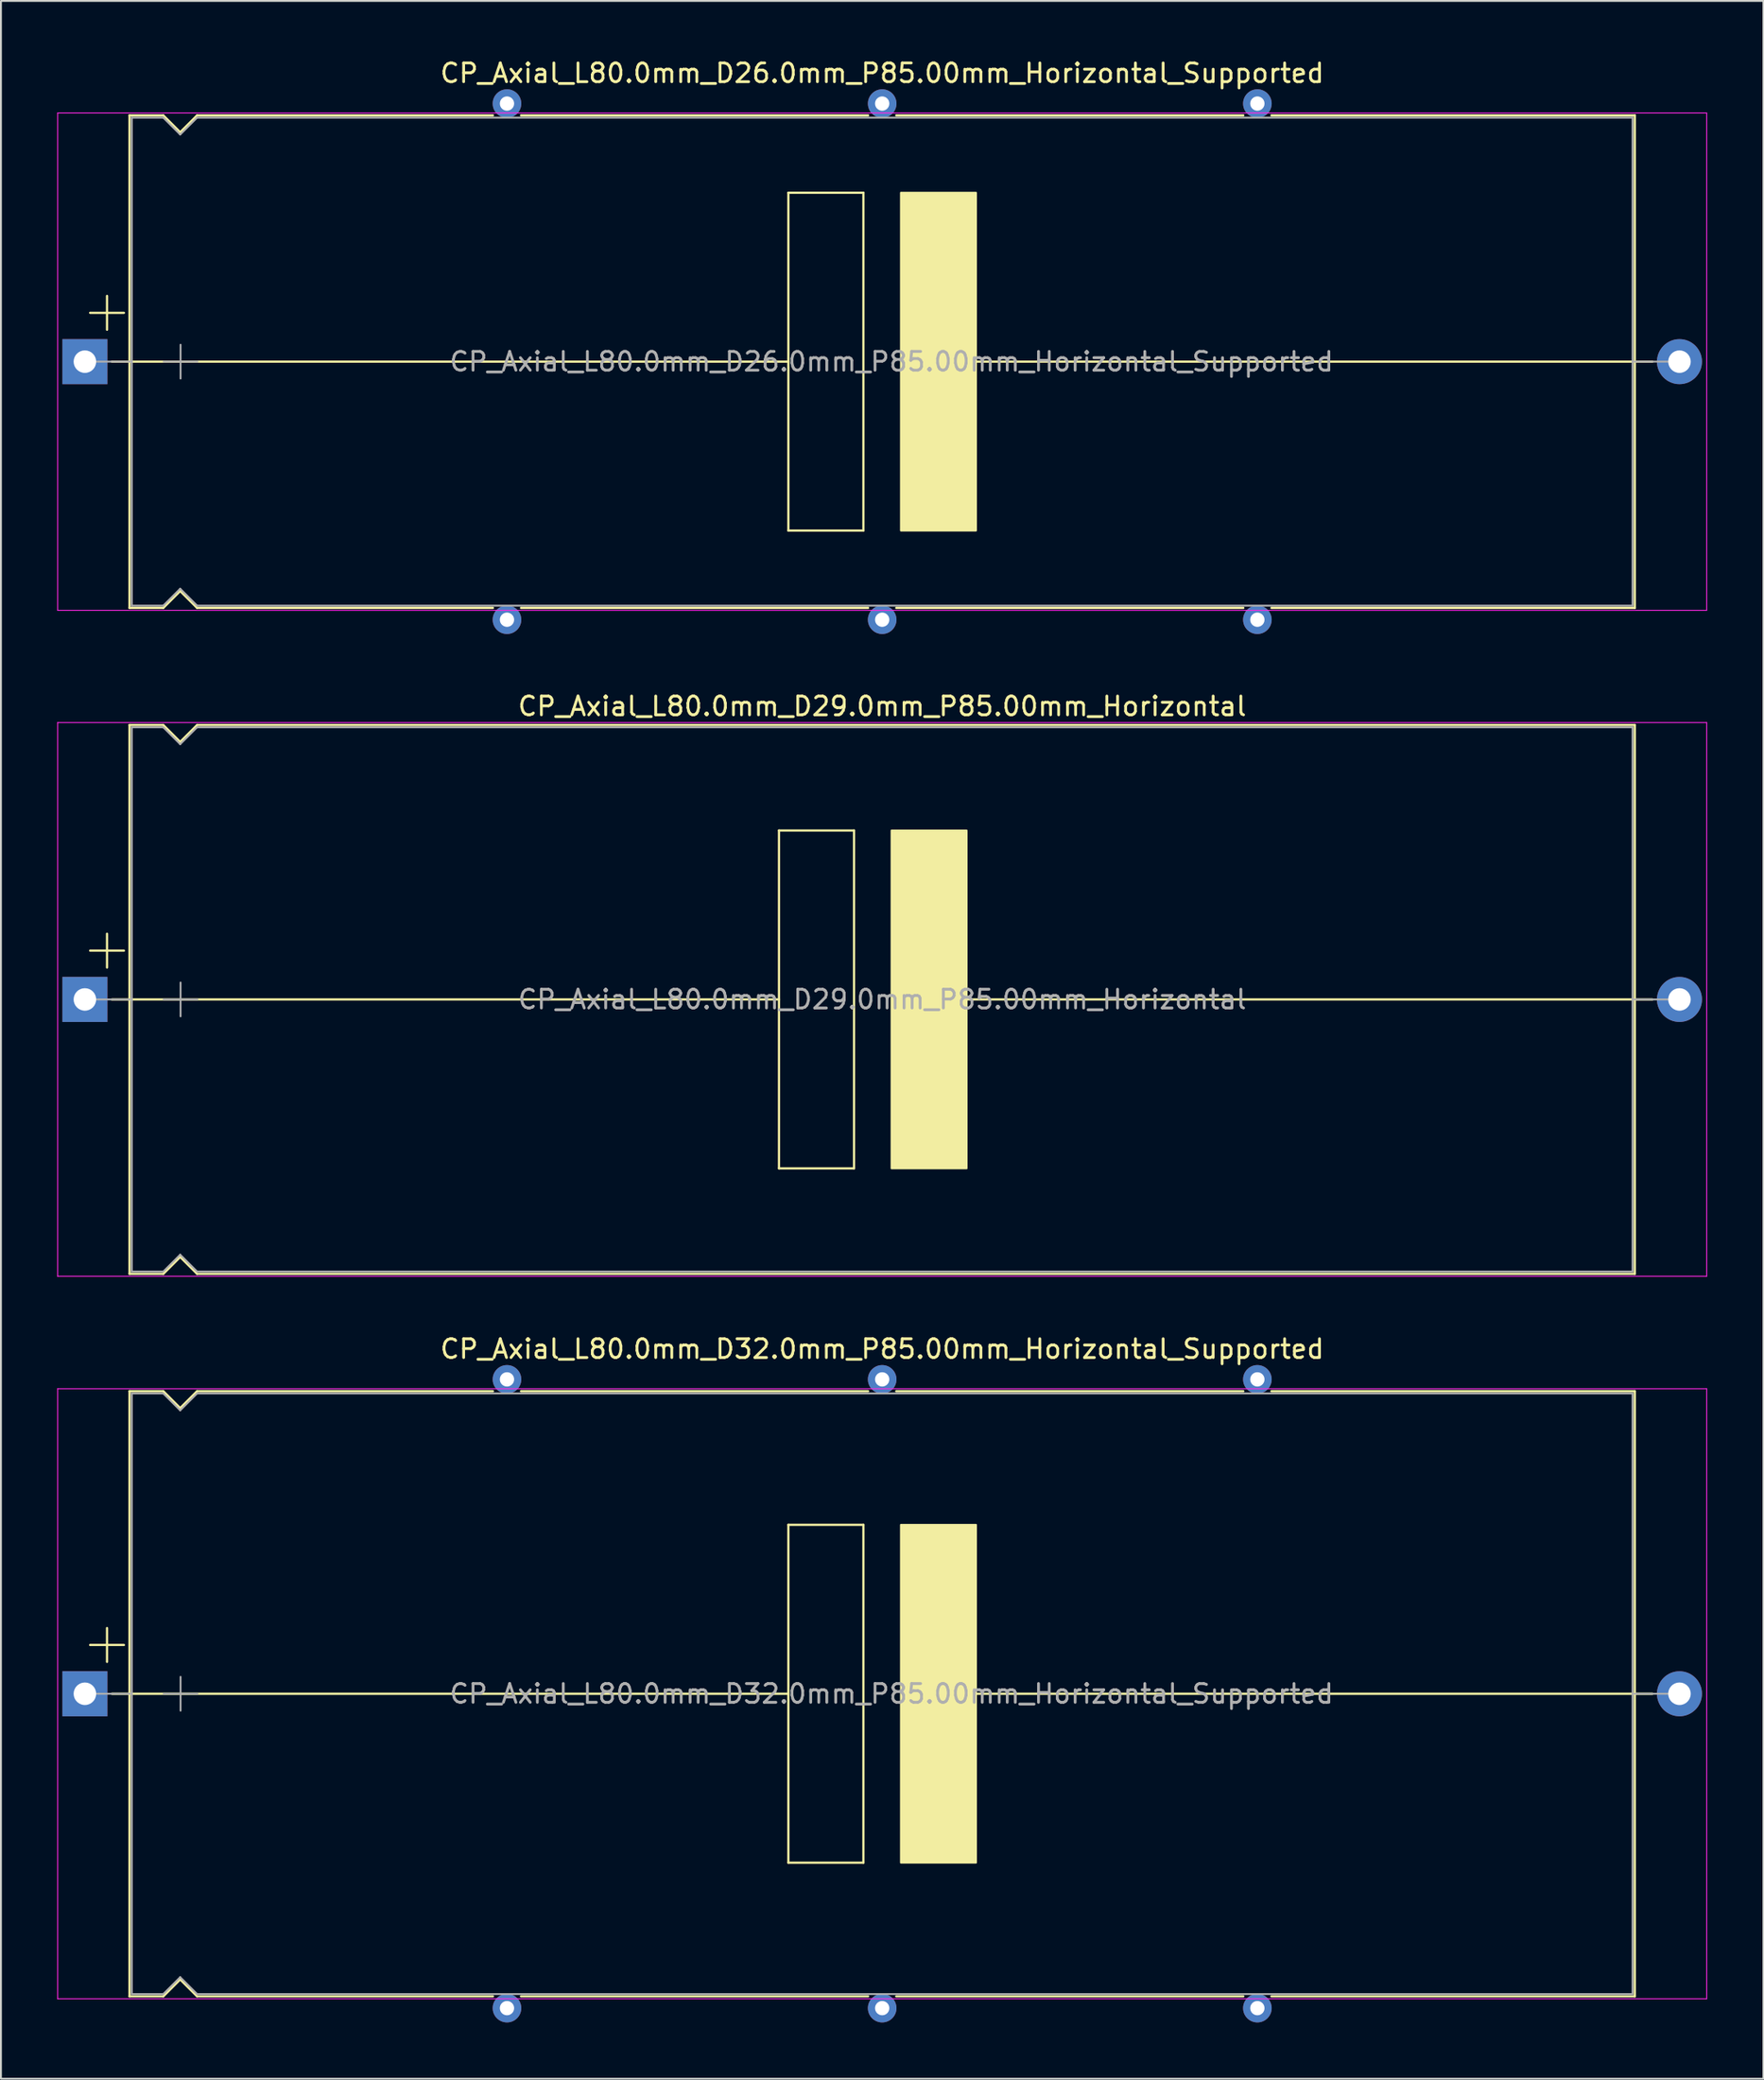
<source format=kicad_pcb>
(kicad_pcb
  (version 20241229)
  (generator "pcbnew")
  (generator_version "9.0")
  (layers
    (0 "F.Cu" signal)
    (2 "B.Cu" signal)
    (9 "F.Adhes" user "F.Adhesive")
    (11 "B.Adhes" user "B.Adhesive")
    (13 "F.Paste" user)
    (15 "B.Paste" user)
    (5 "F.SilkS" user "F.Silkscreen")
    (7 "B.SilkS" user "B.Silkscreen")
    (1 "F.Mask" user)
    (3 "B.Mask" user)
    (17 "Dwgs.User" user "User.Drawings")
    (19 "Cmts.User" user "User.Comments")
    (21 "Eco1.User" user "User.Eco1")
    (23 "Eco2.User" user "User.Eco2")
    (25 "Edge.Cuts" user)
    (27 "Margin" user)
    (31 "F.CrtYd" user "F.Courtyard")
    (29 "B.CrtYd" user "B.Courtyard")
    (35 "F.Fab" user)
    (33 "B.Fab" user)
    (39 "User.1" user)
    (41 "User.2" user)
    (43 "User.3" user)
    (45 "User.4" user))
  (footprint "CP_Axial_L80.0mm_D32.0mm_P85.00mm_Horizontal_Supported"
    (layer "F.Cu")
    (at 1.475 87.192)
    (property "Reference" "CP_Axial_L80.0mm_D32.0mm_P85.00mm_Horizontal_Supported" (at 42.5 -18.37 0) (layer "F.SilkS") (effects (font (size 1 1) (thickness 0.15))))
    (attr through_hole)
    (fp_line (start 0.28 -2.6) (end 2.08 -2.6) (stroke (width 0.12) (type solid)) (layer "F.SilkS"))
    (fp_line (start 1.18 -3.5) (end 1.18 -1.7) (stroke (width 0.12) (type solid)) (layer "F.SilkS"))
    (fp_line (start 1.44 0) (end 2.38 0) (stroke (width 0.12) (type solid)) (layer "F.SilkS"))
    (fp_line (start 2.38 -16.12) (end 2.38 16.12) (stroke (width 0.12) (type solid)) (layer "F.SilkS"))
    (fp_line (start 2.38 -16.12) (end 4.18 -16.12) (stroke (width 0.12) (type solid)) (layer "F.SilkS"))
    (fp_line (start 2.38 0) (end 37.5 0) (stroke (width 0.12) (type solid)) (layer "F.SilkS"))
    (fp_line (start 2.38 16.12) (end 4.18 16.12) (stroke (width 0.12) (type solid)) (layer "F.SilkS"))
    (fp_line (start 4.18 -16.12) (end 5.08 -15.22) (stroke (width 0.12) (type solid)) (layer "F.SilkS"))
    (fp_line (start 4.18 16.12) (end 5.08 15.22) (stroke (width 0.12) (type solid)) (layer "F.SilkS"))
    (fp_line (start 5.08 -15.22) (end 5.98 -16.12) (stroke (width 0.12) (type solid)) (layer "F.SilkS"))
    (fp_line (start 5.08 15.22) (end 5.98 16.12) (stroke (width 0.12) (type solid)) (layer "F.SilkS"))
    (fp_line (start 5.98 -16.12) (end 21.75 -16.12) (stroke (width 0.12) (type solid)) (layer "F.SilkS"))
    (fp_line (start 5.98 16.12) (end 21.75 16.12) (stroke (width 0.12) (type solid)) (layer "F.SilkS"))
    (fp_line (start 23.25 -16.12) (end 41.75 -16.12) (stroke (width 0.12) (type solid)) (layer "F.SilkS"))
    (fp_line (start 23.25 16.12) (end 41.75 16.12) (stroke (width 0.12) (type solid)) (layer "F.SilkS"))
    (fp_line (start 37.5 -9) (end 41.5 -9) (stroke (width 0.12) (type solid)) (layer "F.SilkS"))
    (fp_line (start 37.5 9) (end 37.5 -9) (stroke (width 0.12) (type solid)) (layer "F.SilkS"))
    (fp_line (start 41.5 -9) (end 41.5 9) (stroke (width 0.12) (type solid)) (layer "F.SilkS"))
    (fp_line (start 41.5 9) (end 37.5 9) (stroke (width 0.12) (type solid)) (layer "F.SilkS"))
    (fp_line (start 43.25 -16.12) (end 61.75 -16.12) (stroke (width 0.12) (type solid)) (layer "F.SilkS"))
    (fp_line (start 43.25 16.12) (end 61.75 16.12) (stroke (width 0.12) (type solid)) (layer "F.SilkS"))
    (fp_line (start 47 0) (end 82.62 0) (stroke (width 0.12) (type solid)) (layer "F.SilkS"))
    (fp_line (start 63.25 -16.12) (end 82.62 -16.12) (stroke (width 0.12) (type solid)) (layer "F.SilkS"))
    (fp_line (start 63.25 16.12) (end 82.62 16.12) (stroke (width 0.12) (type solid)) (layer "F.SilkS"))
    (fp_line (start 82.62 -16.12) (end 82.62 16.12) (stroke (width 0.12) (type solid)) (layer "F.SilkS"))
    (fp_line (start 83.56 0) (end 82.62 0) (stroke (width 0.12) (type solid)) (layer "F.SilkS"))
    (fp_poly (pts (xy 47.5 9) (xy 43.5 9) (xy 43.5 -9) (xy 47.5 -9)) (stroke (width 0.1) (type solid)) (fill yes) (layer "F.SilkS"))
    (fp_line (start -1.45 -16.25) (end -1.45 16.25) (stroke (width 0.05) (type solid)) (layer "F.CrtYd"))
    (fp_line (start -1.45 16.25) (end 86.45 16.25) (stroke (width 0.05) (type solid)) (layer "F.CrtYd"))
    (fp_line (start 86.45 -16.25) (end -1.45 -16.25) (stroke (width 0.05) (type solid)) (layer "F.CrtYd"))
    (fp_line (start 86.45 16.25) (end 86.45 -16.25) (stroke (width 0.05) (type solid)) (layer "F.CrtYd"))
    (fp_line (start 0 0) (end 2.5 0) (stroke (width 0.1) (type solid)) (layer "F.Fab"))
    (fp_line (start 2.5 -16) (end 2.5 16) (stroke (width 0.1) (type solid)) (layer "F.Fab"))
    (fp_line (start 2.5 -16) (end 4.18 -16) (stroke (width 0.1) (type solid)) (layer "F.Fab"))
    (fp_line (start 2.5 16) (end 4.18 16) (stroke (width 0.1) (type solid)) (layer "F.Fab"))
    (fp_line (start 4.18 -16) (end 5.08 -15.1) (stroke (width 0.1) (type solid)) (layer "F.Fab"))
    (fp_line (start 4.18 16) (end 5.08 15.1) (stroke (width 0.1) (type solid)) (layer "F.Fab"))
    (fp_line (start 4.2 0) (end 6 0) (stroke (width 0.1) (type solid)) (layer "F.Fab"))
    (fp_line (start 5.08 -15.1) (end 5.98 -16) (stroke (width 0.1) (type solid)) (layer "F.Fab"))
    (fp_line (start 5.08 15.1) (end 5.98 16) (stroke (width 0.1) (type solid)) (layer "F.Fab"))
    (fp_line (start 5.1 -0.9) (end 5.1 0.9) (stroke (width 0.1) (type solid)) (layer "F.Fab"))
    (fp_line (start 5.98 -16) (end 82.5 -16) (stroke (width 0.1) (type solid)) (layer "F.Fab"))
    (fp_line (start 5.98 16) (end 82.5 16) (stroke (width 0.1) (type solid)) (layer "F.Fab"))
    (fp_line (start 82.5 -16) (end 82.5 16) (stroke (width 0.1) (type solid)) (layer "F.Fab"))
    (fp_line (start 85 0) (end 82.5 0) (stroke (width 0.1) (type solid)) (layer "F.Fab"))
    (fp_text user "${REFERENCE}" (at 43 0 0) (layer "F.Fab") (effects (font (size 1 1) (thickness 0.15))))
    (pad "" thru_hole circle (at 22.5 -16.75) (size 1.524 1.524) (drill 0.762) (layers "*.Cu" "*.Mask"))
    (pad "" thru_hole circle (at 22.5 16.75) (size 1.524 1.524) (drill 0.762) (layers "*.Cu" "*.Mask"))
    (pad "" thru_hole circle (at 42.5 -16.75) (size 1.524 1.524) (drill 0.762) (layers "*.Cu" "*.Mask"))
    (pad "" thru_hole circle (at 42.5 16.75) (size 1.524 1.524) (drill 0.762) (layers "*.Cu" "*.Mask"))
    (pad "" thru_hole circle (at 62.5 -16.75) (size 1.524 1.524) (drill 0.762) (layers "*.Cu" "*.Mask"))
    (pad "" thru_hole circle (at 62.5 16.75) (size 1.524 1.524) (drill 0.762) (layers "*.Cu" "*.Mask"))
    (pad "1" thru_hole rect (at 0 0) (size 2.4 2.4) (drill 1.2) (layers "*.Cu" "*.Mask"))
    (pad "2" thru_hole oval (at 85 0) (size 2.4 2.4) (drill 1.2) (layers "*.Cu" "*.Mask")))
  (footprint "CP_Axial_L80.0mm_D29.0mm_P85.00mm_Horizontal"
    (layer "F.Cu")
    (at 1.475 50.199)
    (property "Reference" "CP_Axial_L80.0mm_D29.0mm_P85.00mm_Horizontal" (at 42.5 -15.62 0) (layer "F.SilkS") (effects (font (size 1 1) (thickness 0.15))))
    (attr through_hole)
    (fp_line (start 0.28 -2.6) (end 2.08 -2.6) (stroke (width 0.12) (type solid)) (layer "F.SilkS"))
    (fp_line (start 1.18 -3.5) (end 1.18 -1.7) (stroke (width 0.12) (type solid)) (layer "F.SilkS"))
    (fp_line (start 1.44 0) (end 2.38 0) (stroke (width 0.12) (type solid)) (layer "F.SilkS"))
    (fp_line (start 2.38 -14.62) (end 2.38 14.62) (stroke (width 0.12) (type solid)) (layer "F.SilkS"))
    (fp_line (start 2.38 -14.62) (end 4.18 -14.62) (stroke (width 0.12) (type solid)) (layer "F.SilkS"))
    (fp_line (start 2.38 0) (end 37 0) (stroke (width 0.12) (type solid)) (layer "F.SilkS"))
    (fp_line (start 2.38 14.62) (end 4.18 14.62) (stroke (width 0.12) (type solid)) (layer "F.SilkS"))
    (fp_line (start 4.18 -14.62) (end 5.08 -13.72) (stroke (width 0.12) (type solid)) (layer "F.SilkS"))
    (fp_line (start 4.18 14.62) (end 5.08 13.72) (stroke (width 0.12) (type solid)) (layer "F.SilkS"))
    (fp_line (start 5.08 -13.72) (end 5.98 -14.62) (stroke (width 0.12) (type solid)) (layer "F.SilkS"))
    (fp_line (start 5.08 13.72) (end 5.98 14.62) (stroke (width 0.12) (type solid)) (layer "F.SilkS"))
    (fp_line (start 5.98 -14.62) (end 82.62 -14.62) (stroke (width 0.12) (type solid)) (layer "F.SilkS"))
    (fp_line (start 5.98 14.62) (end 82.62 14.62) (stroke (width 0.12) (type solid)) (layer "F.SilkS"))
    (fp_line (start 37 -9) (end 41 -9) (stroke (width 0.12) (type solid)) (layer "F.SilkS"))
    (fp_line (start 37 9) (end 37 -9) (stroke (width 0.12) (type solid)) (layer "F.SilkS"))
    (fp_line (start 41 -9) (end 41 9) (stroke (width 0.12) (type solid)) (layer "F.SilkS"))
    (fp_line (start 41 9) (end 37 9) (stroke (width 0.12) (type solid)) (layer "F.SilkS"))
    (fp_line (start 47 0) (end 82.614 0) (stroke (width 0.12) (type solid)) (layer "F.SilkS"))
    (fp_line (start 82.62 -14.62) (end 82.62 14.62) (stroke (width 0.12) (type solid)) (layer "F.SilkS"))
    (fp_line (start 83.56 0) (end 82.62 0) (stroke (width 0.12) (type solid)) (layer "F.SilkS"))
    (fp_poly (pts (xy 47 9) (xy 43 9) (xy 43 -9) (xy 47 -9)) (stroke (width 0.1) (type solid)) (fill yes) (layer "F.SilkS"))
    (fp_line (start -1.45 -14.75) (end -1.45 14.75) (stroke (width 0.05) (type solid)) (layer "F.CrtYd"))
    (fp_line (start -1.45 14.75) (end 86.45 14.75) (stroke (width 0.05) (type solid)) (layer "F.CrtYd"))
    (fp_line (start 86.45 -14.75) (end -1.45 -14.75) (stroke (width 0.05) (type solid)) (layer "F.CrtYd"))
    (fp_line (start 86.45 14.75) (end 86.45 -14.75) (stroke (width 0.05) (type solid)) (layer "F.CrtYd"))
    (fp_line (start 0 0) (end 2.5 0) (stroke (width 0.1) (type solid)) (layer "F.Fab"))
    (fp_line (start 2.5 -14.5) (end 2.5 14.5) (stroke (width 0.1) (type solid)) (layer "F.Fab"))
    (fp_line (start 2.5 -14.5) (end 4.18 -14.5) (stroke (width 0.1) (type solid)) (layer "F.Fab"))
    (fp_line (start 2.5 14.5) (end 4.18 14.5) (stroke (width 0.1) (type solid)) (layer "F.Fab"))
    (fp_line (start 4.18 -14.5) (end 5.08 -13.6) (stroke (width 0.1) (type solid)) (layer "F.Fab"))
    (fp_line (start 4.18 14.5) (end 5.08 13.6) (stroke (width 0.1) (type solid)) (layer "F.Fab"))
    (fp_line (start 4.2 0) (end 6 0) (stroke (width 0.1) (type solid)) (layer "F.Fab"))
    (fp_line (start 5.08 -13.6) (end 5.98 -14.5) (stroke (width 0.1) (type solid)) (layer "F.Fab"))
    (fp_line (start 5.08 13.6) (end 5.98 14.5) (stroke (width 0.1) (type solid)) (layer "F.Fab"))
    (fp_line (start 5.1 -0.9) (end 5.1 0.9) (stroke (width 0.1) (type solid)) (layer "F.Fab"))
    (fp_line (start 5.98 -14.5) (end 82.5 -14.5) (stroke (width 0.1) (type solid)) (layer "F.Fab"))
    (fp_line (start 5.98 14.5) (end 82.5 14.5) (stroke (width 0.1) (type solid)) (layer "F.Fab"))
    (fp_line (start 82.5 -14.5) (end 82.5 14.5) (stroke (width 0.1) (type solid)) (layer "F.Fab"))
    (fp_line (start 85 0) (end 82.5 0) (stroke (width 0.1) (type solid)) (layer "F.Fab"))
    (fp_text user "${REFERENCE}" (at 42.5 0 0) (layer "F.Fab") (effects (font (size 1 1) (thickness 0.15))))
    (pad "1" thru_hole rect (at 0 0) (size 2.4 2.4) (drill 1.2) (layers "*.Cu" "*.Mask"))
    (pad "2" thru_hole oval (at 85 0) (size 2.4 2.4) (drill 1.2) (layers "*.Cu" "*.Mask")))
  (footprint "CP_Axial_L80.0mm_D26.0mm_P85.00mm_Horizontal_Supported"
    (layer "F.Cu")
    (at 1.475 16.218)
    (property "Reference" "CP_Axial_L80.0mm_D26.0mm_P85.00mm_Horizontal_Supported" (at 42.5 -15.37 0) (layer "F.SilkS") (effects (font (size 1 1) (thickness 0.15))))
    (attr through_hole)
    (fp_line (start 0.28 -2.6) (end 2.08 -2.6) (stroke (width 0.12) (type solid)) (layer "F.SilkS"))
    (fp_line (start 1.18 -3.5) (end 1.18 -1.7) (stroke (width 0.12) (type solid)) (layer "F.SilkS"))
    (fp_line (start 1.44 0) (end 2.38 0) (stroke (width 0.12) (type solid)) (layer "F.SilkS"))
    (fp_line (start 2.38 -13.12) (end 2.38 13.12) (stroke (width 0.12) (type solid)) (layer "F.SilkS"))
    (fp_line (start 2.38 -13.12) (end 4.18 -13.12) (stroke (width 0.12) (type solid)) (layer "F.SilkS"))
    (fp_line (start 2.38 0) (end 37.5 0) (stroke (width 0.12) (type solid)) (layer "F.SilkS"))
    (fp_line (start 2.38 13.12) (end 4.18 13.12) (stroke (width 0.12) (type solid)) (layer "F.SilkS"))
    (fp_line (start 4.18 -13.12) (end 5.08 -12.22) (stroke (width 0.12) (type solid)) (layer "F.SilkS"))
    (fp_line (start 4.18 13.12) (end 5.08 12.22) (stroke (width 0.12) (type solid)) (layer "F.SilkS"))
    (fp_line (start 5.08 -12.22) (end 5.98 -13.12) (stroke (width 0.12) (type solid)) (layer "F.SilkS"))
    (fp_line (start 5.08 12.22) (end 5.98 13.12) (stroke (width 0.12) (type solid)) (layer "F.SilkS"))
    (fp_line (start 5.98 -13.12) (end 21.75 -13.12) (stroke (width 0.12) (type solid)) (layer "F.SilkS"))
    (fp_line (start 5.98 13.12) (end 21.75 13.12) (stroke (width 0.12) (type solid)) (layer "F.SilkS"))
    (fp_line (start 23.25 -13.12) (end 41.75 -13.12) (stroke (width 0.12) (type solid)) (layer "F.SilkS"))
    (fp_line (start 23.25 13.12) (end 41.75 13.12) (stroke (width 0.12) (type solid)) (layer "F.SilkS"))
    (fp_line (start 37.5 -9) (end 41.5 -9) (stroke (width 0.12) (type solid)) (layer "F.SilkS"))
    (fp_line (start 37.5 9) (end 37.5 -9) (stroke (width 0.12) (type solid)) (layer "F.SilkS"))
    (fp_line (start 41.5 -9) (end 41.5 9) (stroke (width 0.12) (type solid)) (layer "F.SilkS"))
    (fp_line (start 41.5 9) (end 37.5 9) (stroke (width 0.12) (type solid)) (layer "F.SilkS"))
    (fp_line (start 43.25 -13.12) (end 61.75 -13.12) (stroke (width 0.12) (type solid)) (layer "F.SilkS"))
    (fp_line (start 43.25 13.12) (end 61.75 13.12) (stroke (width 0.12) (type solid)) (layer "F.SilkS"))
    (fp_line (start 47 0) (end 82.62 0) (stroke (width 0.12) (type solid)) (layer "F.SilkS"))
    (fp_line (start 63.25 -13.12) (end 82.62 -13.12) (stroke (width 0.12) (type solid)) (layer "F.SilkS"))
    (fp_line (start 63.25 13.12) (end 82.62 13.12) (stroke (width 0.12) (type solid)) (layer "F.SilkS"))
    (fp_line (start 82.62 -13.12) (end 82.62 13.12) (stroke (width 0.12) (type solid)) (layer "F.SilkS"))
    (fp_line (start 83.56 0) (end 82.62 0) (stroke (width 0.12) (type solid)) (layer "F.SilkS"))
    (fp_poly (pts (xy 47.5 9) (xy 43.5 9) (xy 43.5 -9) (xy 47.5 -9)) (stroke (width 0.1) (type solid)) (fill yes) (layer "F.SilkS"))
    (fp_line (start -1.45 -13.25) (end -1.45 13.25) (stroke (width 0.05) (type solid)) (layer "F.CrtYd"))
    (fp_line (start -1.45 13.25) (end 86.45 13.25) (stroke (width 0.05) (type solid)) (layer "F.CrtYd"))
    (fp_line (start 86.45 -13.25) (end -1.45 -13.25) (stroke (width 0.05) (type solid)) (layer "F.CrtYd"))
    (fp_line (start 86.45 13.25) (end 86.45 -13.25) (stroke (width 0.05) (type solid)) (layer "F.CrtYd"))
    (fp_line (start 0 0) (end 2.5 0) (stroke (width 0.1) (type solid)) (layer "F.Fab"))
    (fp_line (start 2.5 -13) (end 2.5 13) (stroke (width 0.1) (type solid)) (layer "F.Fab"))
    (fp_line (start 2.5 -13) (end 4.18 -13) (stroke (width 0.1) (type solid)) (layer "F.Fab"))
    (fp_line (start 2.5 13) (end 4.18 13) (stroke (width 0.1) (type solid)) (layer "F.Fab"))
    (fp_line (start 4.18 -13) (end 5.08 -12.1) (stroke (width 0.1) (type solid)) (layer "F.Fab"))
    (fp_line (start 4.18 13) (end 5.08 12.1) (stroke (width 0.1) (type solid)) (layer "F.Fab"))
    (fp_line (start 4.2 0) (end 6 0) (stroke (width 0.1) (type solid)) (layer "F.Fab"))
    (fp_line (start 5.08 -12.1) (end 5.98 -13) (stroke (width 0.1) (type solid)) (layer "F.Fab"))
    (fp_line (start 5.08 12.1) (end 5.98 13) (stroke (width 0.1) (type solid)) (layer "F.Fab"))
    (fp_line (start 5.1 -0.9) (end 5.1 0.9) (stroke (width 0.1) (type solid)) (layer "F.Fab"))
    (fp_line (start 5.98 -13) (end 82.5 -13) (stroke (width 0.1) (type solid)) (layer "F.Fab"))
    (fp_line (start 5.98 13) (end 82.5 13) (stroke (width 0.1) (type solid)) (layer "F.Fab"))
    (fp_line (start 82.5 -13) (end 82.5 13) (stroke (width 0.1) (type solid)) (layer "F.Fab"))
    (fp_line (start 85 0) (end 82.5 0) (stroke (width 0.1) (type solid)) (layer "F.Fab"))
    (fp_text user "${REFERENCE}" (at 43 0 0) (layer "F.Fab") (effects (font (size 1 1) (thickness 0.15))))
    (pad "" thru_hole circle (at 22.5 -13.75) (size 1.524 1.524) (drill 0.762) (layers "*.Cu" "*.Mask"))
    (pad "" thru_hole circle (at 22.5 13.75) (size 1.524 1.524) (drill 0.762) (layers "*.Cu" "*.Mask"))
    (pad "" thru_hole circle (at 42.5 -13.75) (size 1.524 1.524) (drill 0.762) (layers "*.Cu" "*.Mask"))
    (pad "" thru_hole circle (at 42.5 13.75) (size 1.524 1.524) (drill 0.762) (layers "*.Cu" "*.Mask"))
    (pad "" thru_hole circle (at 62.5 -13.75) (size 1.524 1.524) (drill 0.762) (layers "*.Cu" "*.Mask"))
    (pad "" thru_hole circle (at 62.5 13.75) (size 1.524 1.524) (drill 0.762) (layers "*.Cu" "*.Mask"))
    (pad "1" thru_hole rect (at 0 0) (size 2.4 2.4) (drill 1.2) (layers "*.Cu" "*.Mask"))
    (pad "2" thru_hole oval (at 85 0) (size 2.4 2.4) (drill 1.2) (layers "*.Cu" "*.Mask")))
  (gr_rect
    (start -3 -3)
    (end 90.95 107.704)
    (stroke (width 0.1) (type default))
    (fill no)
    (layer "Edge.Cuts")))
</source>
